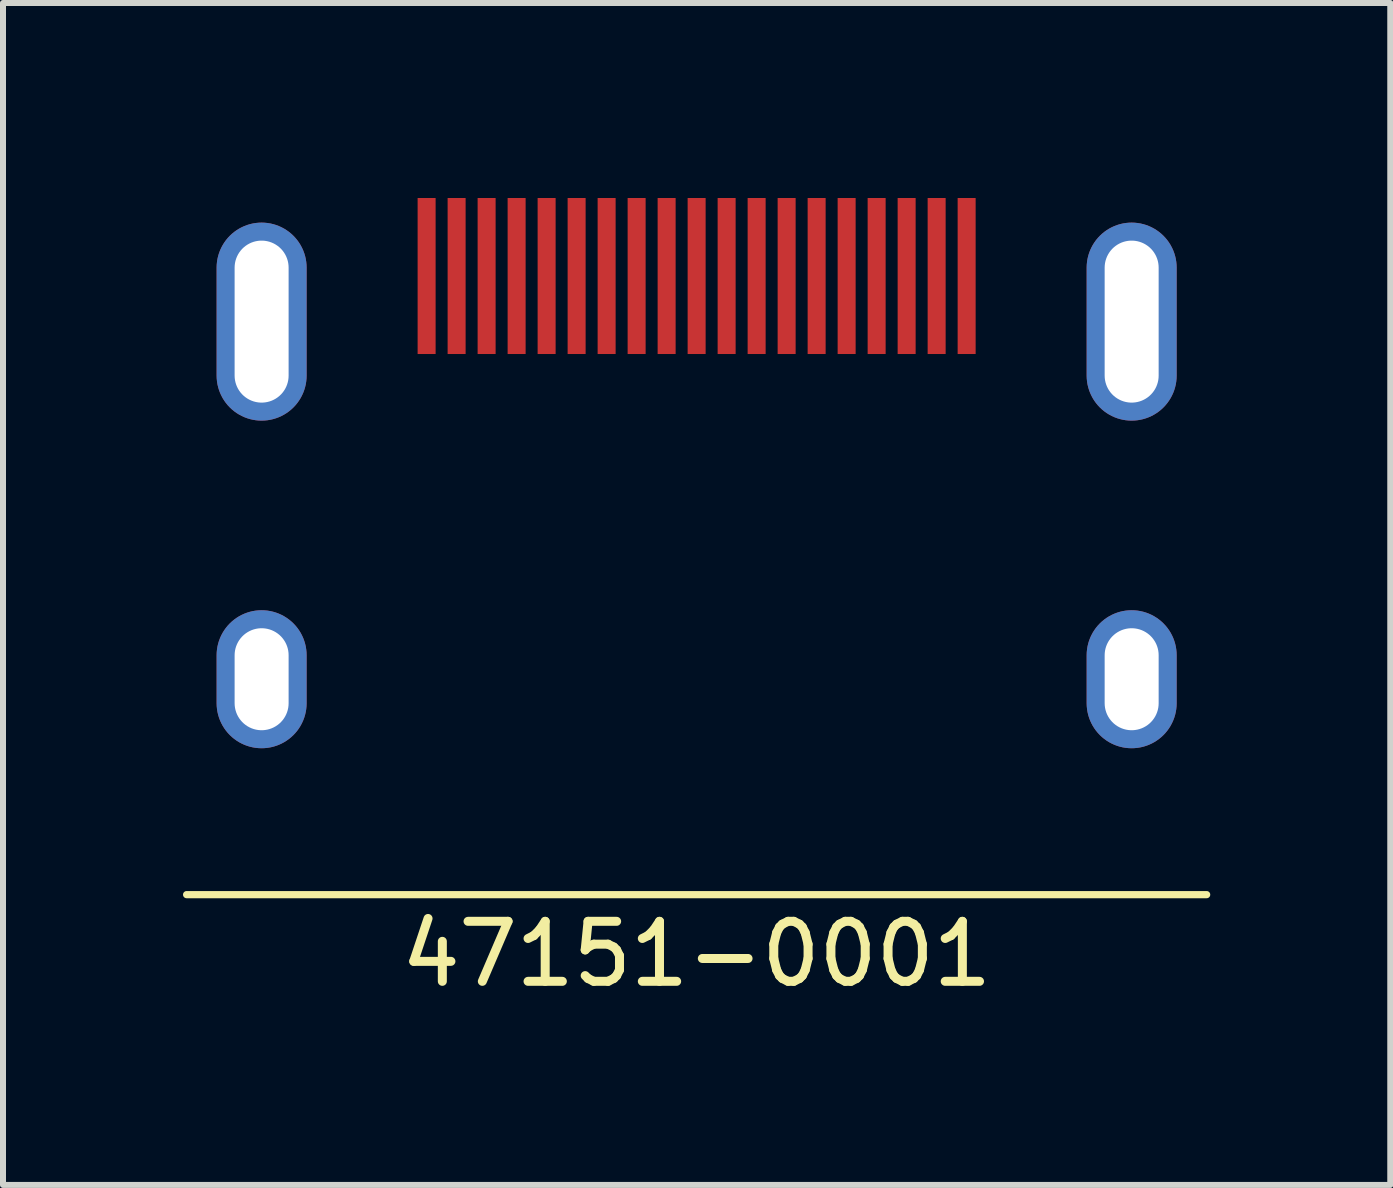
<source format=kicad_pcb>
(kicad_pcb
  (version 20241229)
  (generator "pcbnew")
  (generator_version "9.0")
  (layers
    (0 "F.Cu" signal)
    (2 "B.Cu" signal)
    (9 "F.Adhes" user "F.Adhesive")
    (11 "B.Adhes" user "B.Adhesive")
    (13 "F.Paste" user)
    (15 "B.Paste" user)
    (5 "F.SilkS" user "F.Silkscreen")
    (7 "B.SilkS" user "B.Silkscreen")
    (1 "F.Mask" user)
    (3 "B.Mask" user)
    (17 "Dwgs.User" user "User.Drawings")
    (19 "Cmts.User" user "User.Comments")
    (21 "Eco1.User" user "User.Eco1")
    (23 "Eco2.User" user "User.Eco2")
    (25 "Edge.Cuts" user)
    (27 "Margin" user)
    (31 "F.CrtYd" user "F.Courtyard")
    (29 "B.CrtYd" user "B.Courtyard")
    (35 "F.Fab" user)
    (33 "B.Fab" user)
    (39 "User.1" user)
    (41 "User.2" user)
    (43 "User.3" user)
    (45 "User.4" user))
  (footprint "47151-0001"
    (layer "F.Cu")
    (at 8.56 0.25)
    (property "Reference" "47151-0001" (at 0 12.6 0) (layer "F.SilkS") (effects (font (size 1 1) (thickness 0.15))))
    (attr through_hole)
    (fp_line (start -8.5 11.61) (end 8.5 11.61) (stroke (width 0.12) (type solid)) (layer "F.SilkS"))
    (pad "1" smd rect (at 4.5 1.3) (size 0.3 2.6) (layers "F.Cu" "F.Mask" "F.Paste"))
    (pad "2" smd rect (at 4 1.3) (size 0.3 2.6) (layers "F.Cu" "F.Mask" "F.Paste"))
    (pad "3" smd rect (at 3.5 1.3) (size 0.3 2.6) (layers "F.Cu" "F.Mask" "F.Paste"))
    (pad "4" smd rect (at 3 1.3) (size 0.3 2.6) (layers "F.Cu" "F.Mask" "F.Paste"))
    (pad "5" smd rect (at 2.5 1.3) (size 0.3 2.6) (layers "F.Cu" "F.Mask" "F.Paste"))
    (pad "6" smd rect (at 2 1.3) (size 0.3 2.6) (layers "F.Cu" "F.Mask" "F.Paste"))
    (pad "7" smd rect (at 1.5 1.3) (size 0.3 2.6) (layers "F.Cu" "F.Mask" "F.Paste"))
    (pad "8" smd rect (at 1 1.3) (size 0.3 2.6) (layers "F.Cu" "F.Mask" "F.Paste"))
    (pad "9" smd rect (at 0.5 1.3) (size 0.3 2.6) (layers "F.Cu" "F.Mask" "F.Paste"))
    (pad "10" smd rect (at 0 1.3) (size 0.3 2.6) (layers "F.Cu" "F.Mask" "F.Paste"))
    (pad "11" smd rect (at -0.5 1.3) (size 0.3 2.6) (layers "F.Cu" "F.Mask" "F.Paste"))
    (pad "12" smd rect (at -1 1.3) (size 0.3 2.6) (layers "F.Cu" "F.Mask" "F.Paste"))
    (pad "13" smd rect (at -1.5 1.3) (size 0.3 2.6) (layers "F.Cu" "F.Mask" "F.Paste"))
    (pad "14" smd rect (at -2 1.3) (size 0.3 2.6) (layers "F.Cu" "F.Mask" "F.Paste"))
    (pad "15" smd rect (at -2.5 1.3) (size 0.3 2.6) (layers "F.Cu" "F.Mask" "F.Paste"))
    (pad "16" smd rect (at -3 1.3) (size 0.3 2.6) (layers "F.Cu" "F.Mask" "F.Paste"))
    (pad "17" smd rect (at -3.5 1.3) (size 0.3 2.6) (layers "F.Cu" "F.Mask" "F.Paste"))
    (pad "18" smd rect (at -4 1.3) (size 0.3 2.6) (layers "F.Cu" "F.Mask" "F.Paste"))
    (pad "19" smd rect (at -4.5 1.3) (size 0.3 2.6) (layers "F.Cu" "F.Mask" "F.Paste"))
    (pad "SH" thru_hole oval (at -7.25 2.06) (size 1.5 3.3) (drill oval 0.9 2.7) (layers "*.Cu" "*.Mask"))
    (pad "SH" thru_hole oval (at -7.25 8.02) (size 1.5 2.3) (drill oval 0.9 1.7) (layers "*.Cu" "*.Mask"))
    (pad "SH" thru_hole oval (at 7.25 2.06) (size 1.5 3.3) (drill oval 0.9 2.7) (layers "*.Cu" "*.Mask"))
    (pad "SH" thru_hole oval (at 7.25 8.02) (size 1.5 2.3) (drill oval 0.9 1.7) (layers "*.Cu" "*.Mask")))
  (gr_rect
    (start -3 -3)
    (end 20.12 16.698)
    (stroke (width 0.1) (type default))
    (fill no)
    (layer "Edge.Cuts")))
</source>
